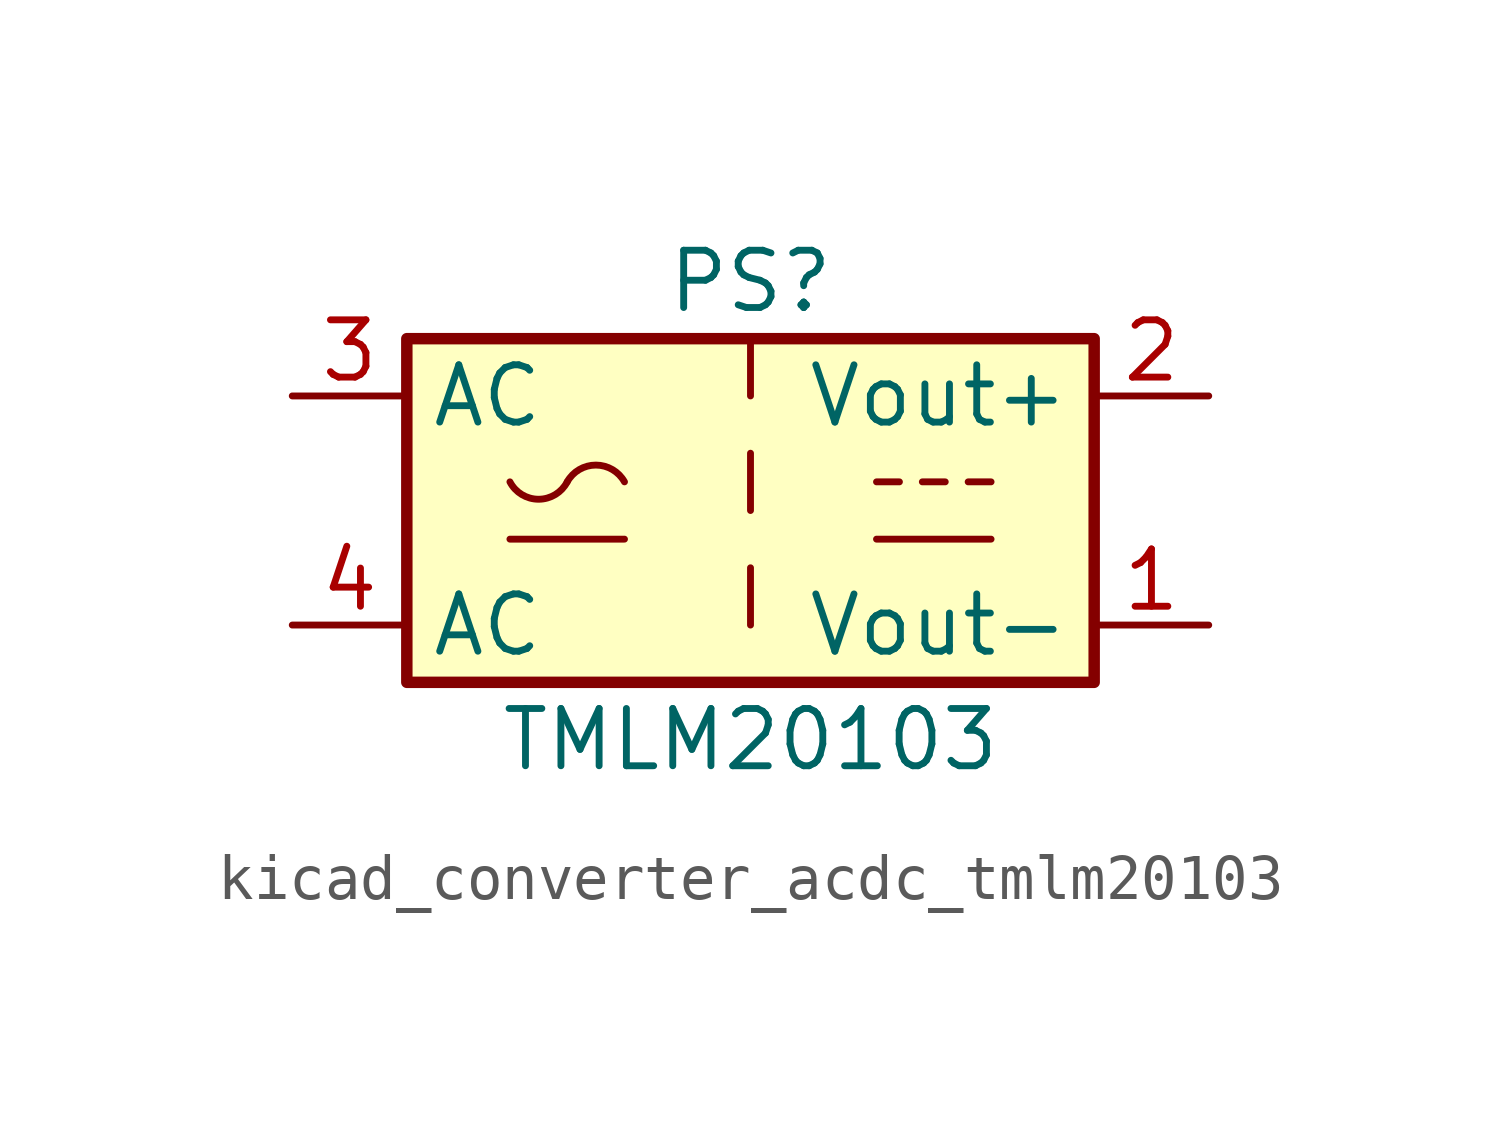
<source format=kicad_sym>
(kicad_symbol_lib
  (version 20220914)
  (generator kicad_symbol_editor)
  (symbol "kicad_converter_acdc_tmlm20103"
    (property "Reference" "PS"
      (at 0 5.08 0)
      (effects (font (size 1.27 1.27))))
    (property "Value" "TMLM20103"
      (at 0 -5.08 0)
      (effects (font (size 1.27 1.27))))
    (symbol "kicad_converter_acdc_tmlm20103_0_1"
      (rectangle (start -7.62 3.81) (end 7.62 -3.81) (stroke (width 0.254) (type default)) (fill (type background)))
      (arc (start -5.334 0.635) (mid -4.699 0.2495) (end -4.064 0.635) (stroke (width 0) (type default)) (fill (type none)))
      (arc (start -2.794 0.635) (mid -3.429 1.0072) (end -4.064 0.635) (stroke (width 0) (type default)) (fill (type none)))
      (polyline (pts (xy -5.334 -0.635) (xy -2.794 -0.635)) (stroke (width 0) (type default)) (fill (type none)))
      (polyline (pts (xy 2.794 -0.635) (xy 5.334 -0.635)) (stroke (width 0) (type default)) (fill (type none)))
      (polyline (pts (xy 2.794 0.635) (xy 3.302 0.635)) (stroke (width 0) (type default)) (fill (type none)))
      (polyline (pts (xy 3.81 0.635) (xy 4.318 0.635)) (stroke (width 0) (type default)) (fill (type none)))
      (polyline (pts (xy 4.826 0.635) (xy 5.334 0.635)) (stroke (width 0) (type default)) (fill (type none))))
    (symbol "kicad_converter_acdc_tmlm20103_1_1"
      (polyline (pts (xy 0 -1.27) (xy 0 -2.54)) (stroke (width 0) (type default)) (fill (type none)))
      (polyline (pts (xy 0 1.27) (xy 0 0)) (stroke (width 0) (type default)) (fill (type none)))
      (polyline (pts (xy 0 3.81) (xy 0 2.54)) (stroke (width 0) (type default)) (fill (type none)))
      (pin power_out line (at 10.16 -2.54 180) (length 2.54) (name "Vout-" (effects (font (size 1.27 1.27)))) (number "1" (effects (font (size 1.27 1.27)))))
      (pin power_out line (at 10.16 2.54 180) (length 2.54) (name "Vout+" (effects (font (size 1.27 1.27)))) (number "2" (effects (font (size 1.27 1.27)))))
      (pin power_in line (at -10.16 2.54 0) (length 2.54) (name "AC" (effects (font (size 1.27 1.27)))) (number "3" (effects (font (size 1.27 1.27)))))
      (pin power_in line (at -10.16 -2.54 0) (length 2.54) (name "AC" (effects (font (size 1.27 1.27)))) (number "4" (effects (font (size 1.27 1.27))))))))
</source>
